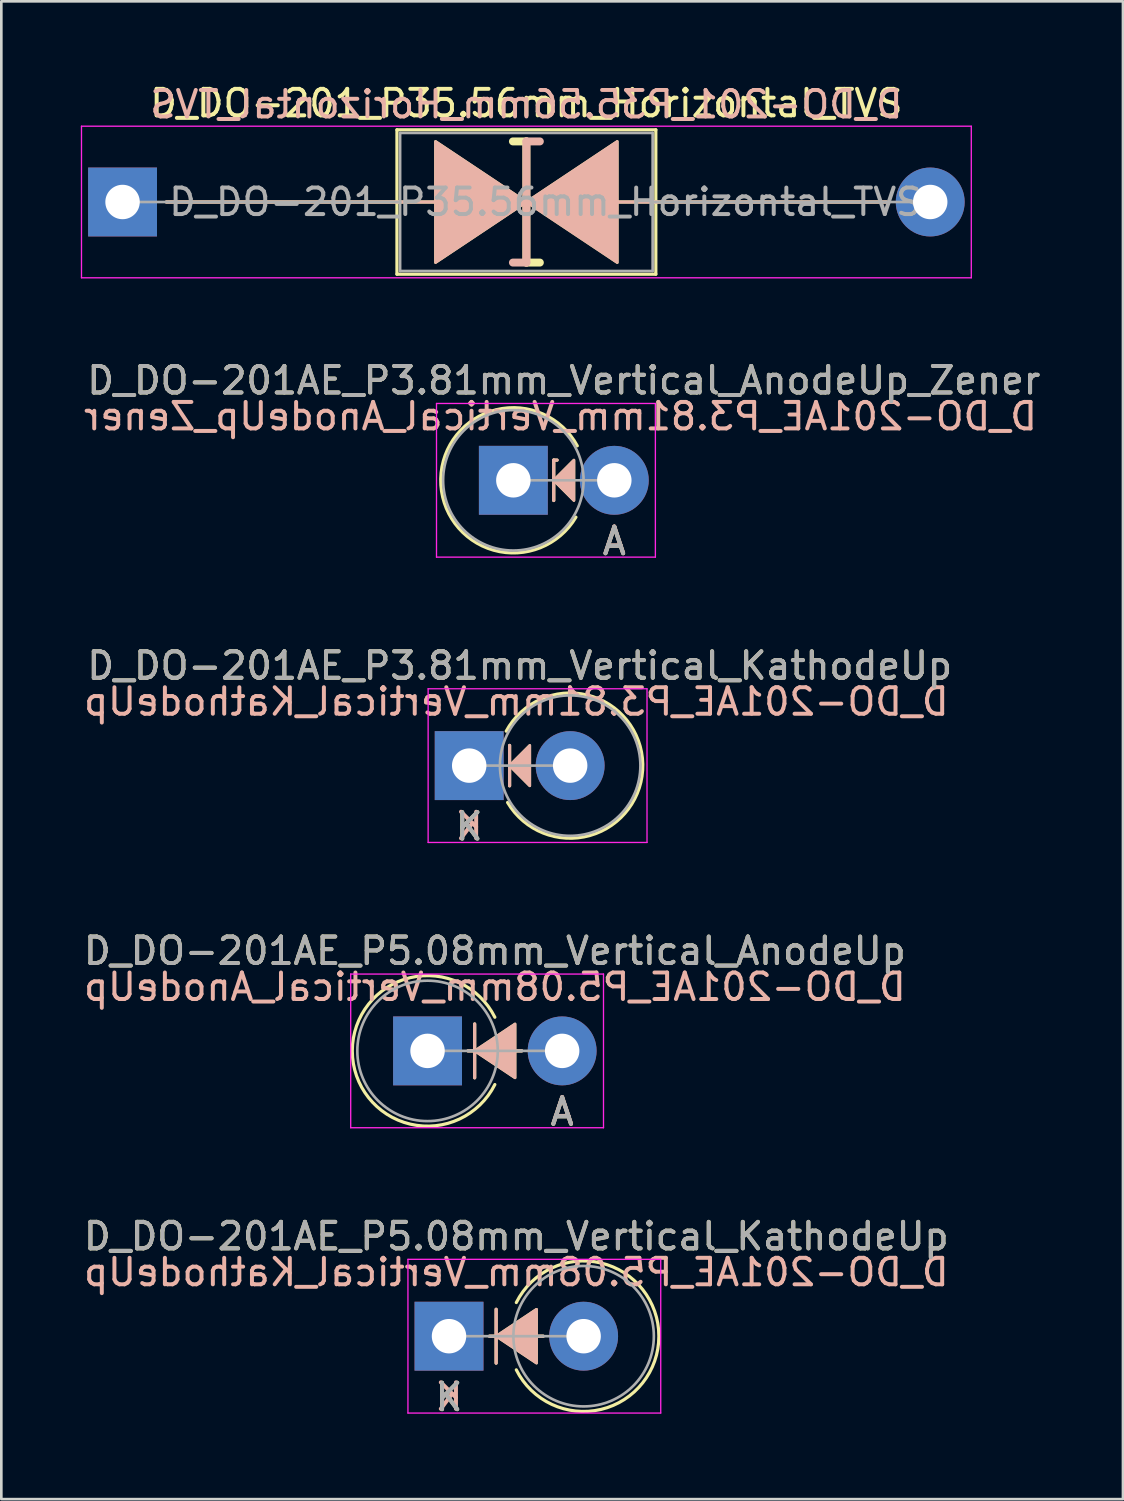
<source format=kicad_pcb>
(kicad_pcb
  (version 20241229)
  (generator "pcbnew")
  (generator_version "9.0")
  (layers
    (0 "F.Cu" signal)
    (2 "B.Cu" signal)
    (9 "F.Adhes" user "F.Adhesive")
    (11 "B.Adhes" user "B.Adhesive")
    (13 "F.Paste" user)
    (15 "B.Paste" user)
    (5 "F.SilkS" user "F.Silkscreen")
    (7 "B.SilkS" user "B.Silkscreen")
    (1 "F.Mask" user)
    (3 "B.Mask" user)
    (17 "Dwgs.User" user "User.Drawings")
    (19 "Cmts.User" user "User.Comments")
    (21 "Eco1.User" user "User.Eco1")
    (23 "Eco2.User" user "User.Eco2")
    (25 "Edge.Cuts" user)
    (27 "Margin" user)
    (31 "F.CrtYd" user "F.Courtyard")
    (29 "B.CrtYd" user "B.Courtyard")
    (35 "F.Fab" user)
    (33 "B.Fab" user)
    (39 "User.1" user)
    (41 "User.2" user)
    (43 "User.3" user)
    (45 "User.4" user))
  (footprint "D_DO-201AE_P5.08mm_Vertical_AnodeUp"
    (layer "F.Cu")
    (at 13.085 36.609)
    (property "Reference" "D_DO-201AE_P5.08mm_Vertical_AnodeUp" (at 2.54 -3.77 0) (layer "F.SilkS") (effects (font (size 1 1) (thickness 0.15))))
    (fp_line (start 1.524 0) (end 3.556 0) (stroke (width 0.12) (type solid)) (layer "F.SilkS"))
    (fp_line (start 1.778 1.016) (end 1.778 -1.016) (stroke (width 0.12) (type solid)) (layer "F.SilkS"))
    (fp_arc (start 2.539999 1.27) (mid -2.839805 0) (end 2.539999 -1.269999) (stroke (width 0.12) (type solid)) (layer "F.SilkS"))
    (fp_poly (pts (xy 3.302 1.016) (xy 1.778 0) (xy 3.302 -1.016)) (stroke (width 0.1) (type solid)) (fill yes) (layer "F.SilkS"))
    (fp_line (start 1.524 0) (end 3.556 0) (stroke (width 0.12) (type solid)) (layer "B.SilkS"))
    (fp_line (start 1.778 -1.016) (end 1.778 1.016) (stroke (width 0.12) (type solid)) (layer "B.SilkS"))
    (fp_poly (pts (xy 3.302 -1.016) (xy 1.778 0) (xy 3.302 1.016)) (stroke (width 0.1) (type solid)) (fill yes) (layer "B.SilkS"))
    (fp_line (start -2.9 -2.9) (end -2.9 2.9) (stroke (width 0.05) (type solid)) (layer "F.CrtYd"))
    (fp_line (start -2.9 2.9) (end 6.64 2.9) (stroke (width 0.05) (type solid)) (layer "F.CrtYd"))
    (fp_line (start 6.64 -2.9) (end -2.9 -2.9) (stroke (width 0.05) (type solid)) (layer "F.CrtYd"))
    (fp_line (start 6.64 2.9) (end 6.64 -2.9) (stroke (width 0.05) (type solid)) (layer "F.CrtYd"))
    (fp_line (start 0 0) (end 5.08 0) (stroke (width 0.1) (type solid)) (layer "F.Fab"))
    (fp_circle (center 0 0) (end 2.65 0) (stroke (width 0.1) (type solid)) (fill no) (layer "F.Fab"))
    (fp_text user "A" (at 5.08 2.3 0) (layer "F.SilkS") (effects (font (size 1 1) (thickness 0.15))))
    (fp_text user "A" (at 5.08 2.286 0) (layer "B.SilkS") (effects (font (size 1 1) (thickness 0.15)) (justify mirror)))
    (fp_text user "${REFERENCE}" (at 2.54 -2.413 0) (layer "B.SilkS") (effects (font (size 1 1) (thickness 0.15)) (justify mirror)))
    (fp_text user "${REFERENCE}" (at 2.54 -3.77 0) (layer "F.Fab") (effects (font (size 1 1) (thickness 0.15))))
    (fp_text user "A" (at 5.08 2.3 0) (layer "F.Fab") (effects (font (size 1 1) (thickness 0.15))))
    (pad "1" thru_hole rect (at 0 0) (size 2.6 2.6) (drill 1.3) (layers "*.Cu" "*.Mask"))
    (pad "2" thru_hole oval (at 5.08 0) (size 2.6 2.6) (drill 1.3) (layers "*.Cu" "*.Mask")))
  (footprint "D_DO-201AE_P5.08mm_Vertical_KathodeUp"
    (layer "F.Cu")
    (at 13.895 47.376)
    (property "Reference" "D_DO-201AE_P5.08mm_Vertical_KathodeUp" (at 2.54 -3.77 0) (layer "F.SilkS") (effects (font (size 1 1) (thickness 0.15))))
    (fp_line (start 1.524 0) (end 3.556 0) (stroke (width 0.12) (type solid)) (layer "F.SilkS"))
    (fp_line (start 1.778 1.016) (end 1.778 -1.016) (stroke (width 0.12) (type solid)) (layer "F.SilkS"))
    (fp_arc (start 2.54 -1.269999) (mid 7.919804 0.000001) (end 2.54 1.27) (stroke (width 0.12) (type solid)) (layer "F.SilkS"))
    (fp_poly (pts (xy 3.302 1.016) (xy 1.778 0) (xy 3.302 -1.016)) (stroke (width 0.1) (type solid)) (fill yes) (layer "F.SilkS"))
    (fp_line (start 1.524 0) (end 3.556 0) (stroke (width 0.12) (type solid)) (layer "B.SilkS"))
    (fp_line (start 1.778 -1.016) (end 1.778 1.016) (stroke (width 0.12) (type solid)) (layer "B.SilkS"))
    (fp_poly (pts (xy 3.302 -1.016) (xy 1.778 0) (xy 3.302 1.016)) (stroke (width 0.1) (type solid)) (fill yes) (layer "B.SilkS"))
    (fp_line (start -1.55 -2.9) (end -1.55 2.9) (stroke (width 0.05) (type solid)) (layer "F.CrtYd"))
    (fp_line (start -1.55 2.9) (end 7.99 2.9) (stroke (width 0.05) (type solid)) (layer "F.CrtYd"))
    (fp_line (start 7.99 -2.9) (end -1.55 -2.9) (stroke (width 0.05) (type solid)) (layer "F.CrtYd"))
    (fp_line (start 7.99 2.9) (end 7.99 -2.9) (stroke (width 0.05) (type solid)) (layer "F.CrtYd"))
    (fp_line (start 0 0) (end 5.08 0) (stroke (width 0.1) (type solid)) (layer "F.Fab"))
    (fp_circle (center 5.08 0) (end 7.73 0) (stroke (width 0.1) (type solid)) (fill no) (layer "F.Fab"))
    (fp_text user "K" (at 0 2.3 0) (layer "F.SilkS") (effects (font (size 1 1) (thickness 0.15))))
    (fp_text user "K" (at 0 2.286 0) (layer "B.SilkS") (effects (font (size 1 1) (thickness 0.15)) (justify mirror)))
    (fp_text user "${REFERENCE}" (at 2.54 -2.413 0) (layer "B.SilkS") (effects (font (size 1 1) (thickness 0.15)) (justify mirror)))
    (fp_text user "${REFERENCE}" (at 2.54 -3.77 0) (layer "F.Fab") (effects (font (size 1 1) (thickness 0.15))))
    (fp_text user "K" (at 0 2.3 0) (layer "F.Fab") (effects (font (size 1 1) (thickness 0.15))))
    (pad "1" thru_hole rect (at 0 0) (size 2.6 2.6) (drill 1.3) (layers "*.Cu" "*.Mask"))
    (pad "2" thru_hole oval (at 5.08 0) (size 2.6 2.6) (drill 1.3) (layers "*.Cu" "*.Mask")))
  (footprint "D_DO-201_P35.56mm_Horizontal_TVS"
    (layer "F.Cu")
    (at 1.575 4.573)
    (property "Reference" "D_DO-201_P35.56mm_Horizontal_TVS" (at 15.24 -3.725 0) (layer "F.SilkS") (effects (font (size 1 1) (thickness 0.15))))
    (fp_line (start 1.651 0) (end 10.355 0) (stroke (width 0.12) (type solid)) (layer "F.SilkS"))
    (fp_line (start 10.355 -2.725) (end 10.355 2.725) (stroke (width 0.12) (type solid)) (layer "F.SilkS"))
    (fp_line (start 10.355 0) (end 11.811 0) (stroke (width 0.12) (type solid)) (layer "F.SilkS"))
    (fp_line (start 10.355 2.725) (end 20.125 2.725) (stroke (width 0.12) (type solid)) (layer "F.SilkS"))
    (fp_line (start 15.24 -2.286) (end 14.732 -2.286) (stroke (width 0.3) (type solid)) (layer "F.SilkS"))
    (fp_line (start 15.24 2.286) (end 15.24 -2.286) (stroke (width 0.3) (type solid)) (layer "F.SilkS"))
    (fp_line (start 15.748 2.286) (end 15.24 2.286) (stroke (width 0.3) (type solid)) (layer "F.SilkS"))
    (fp_line (start 18.669 0) (end 20.125 0) (stroke (width 0.12) (type solid)) (layer "F.SilkS"))
    (fp_line (start 20.125 -2.725) (end 10.355 -2.725) (stroke (width 0.12) (type solid)) (layer "F.SilkS"))
    (fp_line (start 20.125 2.725) (end 20.125 -2.725) (stroke (width 0.12) (type solid)) (layer "F.SilkS"))
    (fp_line (start 28.829 0) (end 20.125 0) (stroke (width 0.12) (type solid)) (layer "F.SilkS"))
    (fp_poly (pts (xy 15.24 0) (xy 11.811 2.286) (xy 11.811 -2.286)) (stroke (width 0.1) (type solid)) (fill yes) (layer "F.SilkS"))
    (fp_poly (pts (xy 15.24 0) (xy 18.669 -2.286) (xy 18.669 2.286)) (stroke (width 0.1) (type solid)) (fill yes) (layer "F.SilkS"))
    (fp_line (start 1.651 0) (end 10.355 0) (stroke (width 0.12) (type solid)) (layer "B.SilkS"))
    (fp_line (start 10.355 0) (end 11.811 0) (stroke (width 0.12) (type solid)) (layer "B.SilkS"))
    (fp_line (start 15.24 -2.286) (end 15.24 2.286) (stroke (width 0.3) (type solid)) (layer "B.SilkS"))
    (fp_line (start 15.24 2.286) (end 14.732 2.286) (stroke (width 0.3) (type solid)) (layer "B.SilkS"))
    (fp_line (start 15.748 -2.286) (end 15.24 -2.286) (stroke (width 0.3) (type solid)) (layer "B.SilkS"))
    (fp_line (start 18.669 0) (end 20.125 0) (stroke (width 0.12) (type solid)) (layer "B.SilkS"))
    (fp_line (start 28.829 0) (end 20.125 0) (stroke (width 0.12) (type solid)) (layer "B.SilkS"))
    (fp_poly (pts (xy 15.24 0) (xy 11.811 -2.286) (xy 11.811 2.286)) (stroke (width 0.1) (type solid)) (fill yes) (layer "B.SilkS"))
    (fp_poly (pts (xy 15.24 0) (xy 18.669 2.286) (xy 18.669 -2.286)) (stroke (width 0.1) (type solid)) (fill yes) (layer "B.SilkS"))
    (fp_line (start -1.55 -2.86) (end -1.55 2.86) (stroke (width 0.05) (type solid)) (layer "F.CrtYd"))
    (fp_line (start -1.55 2.86) (end 32.03 2.86) (stroke (width 0.05) (type solid)) (layer "F.CrtYd"))
    (fp_line (start 32.03 -2.86) (end -1.55 -2.86) (stroke (width 0.05) (type solid)) (layer "F.CrtYd"))
    (fp_line (start 32.03 2.86) (end 32.03 -2.86) (stroke (width 0.05) (type solid)) (layer "F.CrtYd"))
    (fp_line (start 0 0) (end 10.475 0) (stroke (width 0.1) (type solid)) (layer "F.Fab"))
    (fp_line (start 10.475 -2.605) (end 10.475 2.605) (stroke (width 0.1) (type solid)) (layer "F.Fab"))
    (fp_line (start 10.475 2.605) (end 20.005 2.605) (stroke (width 0.1) (type solid)) (layer "F.Fab"))
    (fp_line (start 20.005 -2.605) (end 10.475 -2.605) (stroke (width 0.1) (type solid)) (layer "F.Fab"))
    (fp_line (start 20.005 2.605) (end 20.005 -2.605) (stroke (width 0.1) (type solid)) (layer "F.Fab"))
    (fp_line (start 30.48 0) (end 20.005 0) (stroke (width 0.1) (type solid)) (layer "F.Fab"))
    (fp_text user "${REFERENCE}" (at 15.24 -3.683 0) (layer "B.SilkS") (effects (font (size 1 1) (thickness 0.15)) (justify mirror)))
    (fp_text user "${REFERENCE}" (at 15.955 0 0) (layer "F.Fab") (effects (font (size 1 1) (thickness 0.15))))
    (pad "1" thru_hole rect (at 0 0) (size 2.6 2.6) (drill 1.3) (layers "*.Cu" "*.Mask"))
    (pad "2" thru_hole oval (at 30.48 0) (size 2.6 2.6) (drill 1.3) (layers "*.Cu" "*.Mask")))
  (footprint "D_DO-201AE_P3.81mm_Vertical_KathodeUp"
    (layer "F.Cu")
    (at 14.657 25.843)
    (property "Reference" "D_DO-201AE_P3.81mm_Vertical_KathodeUp" (at 1.905 -3.77 0) (layer "F.SilkS") (effects (font (size 1 1) (thickness 0.15))))
    (fp_line (start 1.524 -0.762) (end 1.524 0.762) (stroke (width 0.12) (type solid)) (layer "F.SilkS"))
    (fp_arc (start 1.396849 -1.3) (mid 6.55054 -0.052312) (end 1.448218 1.391144) (stroke (width 0.12) (type solid)) (layer "F.SilkS"))
    (fp_poly (pts (xy 2.286 0.762) (xy 1.524 0) (xy 2.286 -0.762)) (stroke (width 0.1) (type solid)) (fill yes) (layer "F.SilkS"))
    (fp_line (start 1.524 0.762) (end 1.524 -0.762) (stroke (width 0.12) (type solid)) (layer "B.SilkS"))
    (fp_poly (pts (xy 2.286 -0.762) (xy 1.524 0) (xy 2.286 0.762)) (stroke (width 0.1) (type solid)) (fill yes) (layer "B.SilkS"))
    (fp_line (start -1.55 -2.9) (end -1.55 2.9) (stroke (width 0.05) (type solid)) (layer "F.CrtYd"))
    (fp_line (start -1.55 2.9) (end 6.71 2.9) (stroke (width 0.05) (type solid)) (layer "F.CrtYd"))
    (fp_line (start 6.71 -2.9) (end -1.55 -2.9) (stroke (width 0.05) (type solid)) (layer "F.CrtYd"))
    (fp_line (start 6.71 2.9) (end 6.71 -2.9) (stroke (width 0.05) (type solid)) (layer "F.CrtYd"))
    (fp_line (start 0 0) (end 3.81 0) (stroke (width 0.1) (type solid)) (layer "F.Fab"))
    (fp_circle (center 3.81 0) (end 6.46 0) (stroke (width 0.1) (type solid)) (fill no) (layer "F.Fab"))
    (fp_text user "K" (at 0 2.3 0) (layer "F.SilkS") (effects (font (size 1 1) (thickness 0.15))))
    (fp_text user "${REFERENCE}" (at 1.778 -2.413 0) (layer "B.SilkS") (effects (font (size 1 1) (thickness 0.15)) (justify mirror)))
    (fp_text user "K" (at 0 2.286 0) (layer "B.SilkS") (effects (font (size 1 1) (thickness 0.15)) (justify mirror)))
    (fp_text user "${REFERENCE}" (at 1.905 -3.77 0) (layer "F.Fab") (effects (font (size 1 1) (thickness 0.15))))
    (fp_text user "K" (at 0 2.3 0) (layer "F.Fab") (effects (font (size 1 1) (thickness 0.15))))
    (pad "1" thru_hole rect (at 0 0) (size 2.6 2.6) (drill 1.3) (layers "*.Cu" "*.Mask"))
    (pad "2" thru_hole oval (at 3.81 0) (size 2.6 2.6) (drill 1.3) (layers "*.Cu" "*.Mask")))
  (footprint "D_DO-201AE_P3.81mm_Vertical_AnodeUp_Zener"
    (layer "F.Cu")
    (at 16.323 15.076)
    (property "Reference" "D_DO-201AE_P3.81mm_Vertical_AnodeUp_Zener" (at 1.905 -3.77 0) (layer "F.SilkS") (effects (font (size 1 1) (thickness 0.15))))
    (fp_line (start 1.524 -0.762) (end 1.524 0.762) (stroke (width 0.12) (type solid)) (layer "F.SilkS"))
    (fp_line (start 1.524 -0.762) (end 1.651 -0.762) (stroke (width 0.12) (type solid)) (layer "F.SilkS"))
    (fp_arc (start 2.361782 1.391144) (mid -2.74054 -0.052312) (end 2.413151 -1.3) (stroke (width 0.12) (type solid)) (layer "F.SilkS"))
    (fp_poly (pts (xy 2.286 0.762) (xy 1.524 0) (xy 2.286 -0.762)) (stroke (width 0.1) (type solid)) (fill yes) (layer "F.SilkS"))
    (fp_line (start 1.524 -0.762) (end 1.651 -0.762) (stroke (width 0.12) (type solid)) (layer "B.SilkS"))
    (fp_line (start 1.524 0.762) (end 1.524 -0.762) (stroke (width 0.12) (type solid)) (layer "B.SilkS"))
    (fp_poly (pts (xy 2.286 -0.762) (xy 1.524 0) (xy 2.286 0.762)) (stroke (width 0.1) (type solid)) (fill yes) (layer "B.SilkS"))
    (fp_line (start -2.9 -2.9) (end -2.9 2.9) (stroke (width 0.05) (type solid)) (layer "F.CrtYd"))
    (fp_line (start -2.9 2.9) (end 5.36 2.9) (stroke (width 0.05) (type solid)) (layer "F.CrtYd"))
    (fp_line (start 5.36 -2.9) (end -2.9 -2.9) (stroke (width 0.05) (type solid)) (layer "F.CrtYd"))
    (fp_line (start 5.36 2.9) (end 5.36 -2.9) (stroke (width 0.05) (type solid)) (layer "F.CrtYd"))
    (fp_line (start 0 0) (end 3.81 0) (stroke (width 0.1) (type solid)) (layer "F.Fab"))
    (fp_circle (center 0 0) (end 2.65 0) (stroke (width 0.1) (type solid)) (fill no) (layer "F.Fab"))
    (fp_text user "A" (at 3.81 2.3 0) (layer "F.SilkS") (effects (font (size 1 1) (thickness 0.15))))
    (fp_text user "${REFERENCE}" (at 1.778 -2.413 0) (layer "B.SilkS") (effects (font (size 1 1) (thickness 0.15)) (justify mirror)))
    (fp_text user "A" (at 3.81 2.286 0) (layer "B.SilkS") (effects (font (size 1 1) (thickness 0.15)) (justify mirror)))
    (fp_text user "A" (at 3.81 2.3 0) (layer "F.Fab") (effects (font (size 1 1) (thickness 0.15))))
    (fp_text user "${REFERENCE}" (at 1.905 -3.77 0) (layer "F.Fab") (effects (font (size 1 1) (thickness 0.15))))
    (pad "1" thru_hole rect (at 0 0) (size 2.6 2.6) (drill 1.3) (layers "*.Cu" "*.Mask"))
    (pad "2" thru_hole oval (at 3.81 0) (size 2.6 2.6) (drill 1.3) (layers "*.Cu" "*.Mask")))
  (gr_rect
    (start -3 -3)
    (end 39.329 53.524)
    (stroke (width 0.1) (type default))
    (fill no)
    (layer "Edge.Cuts")))
</source>
